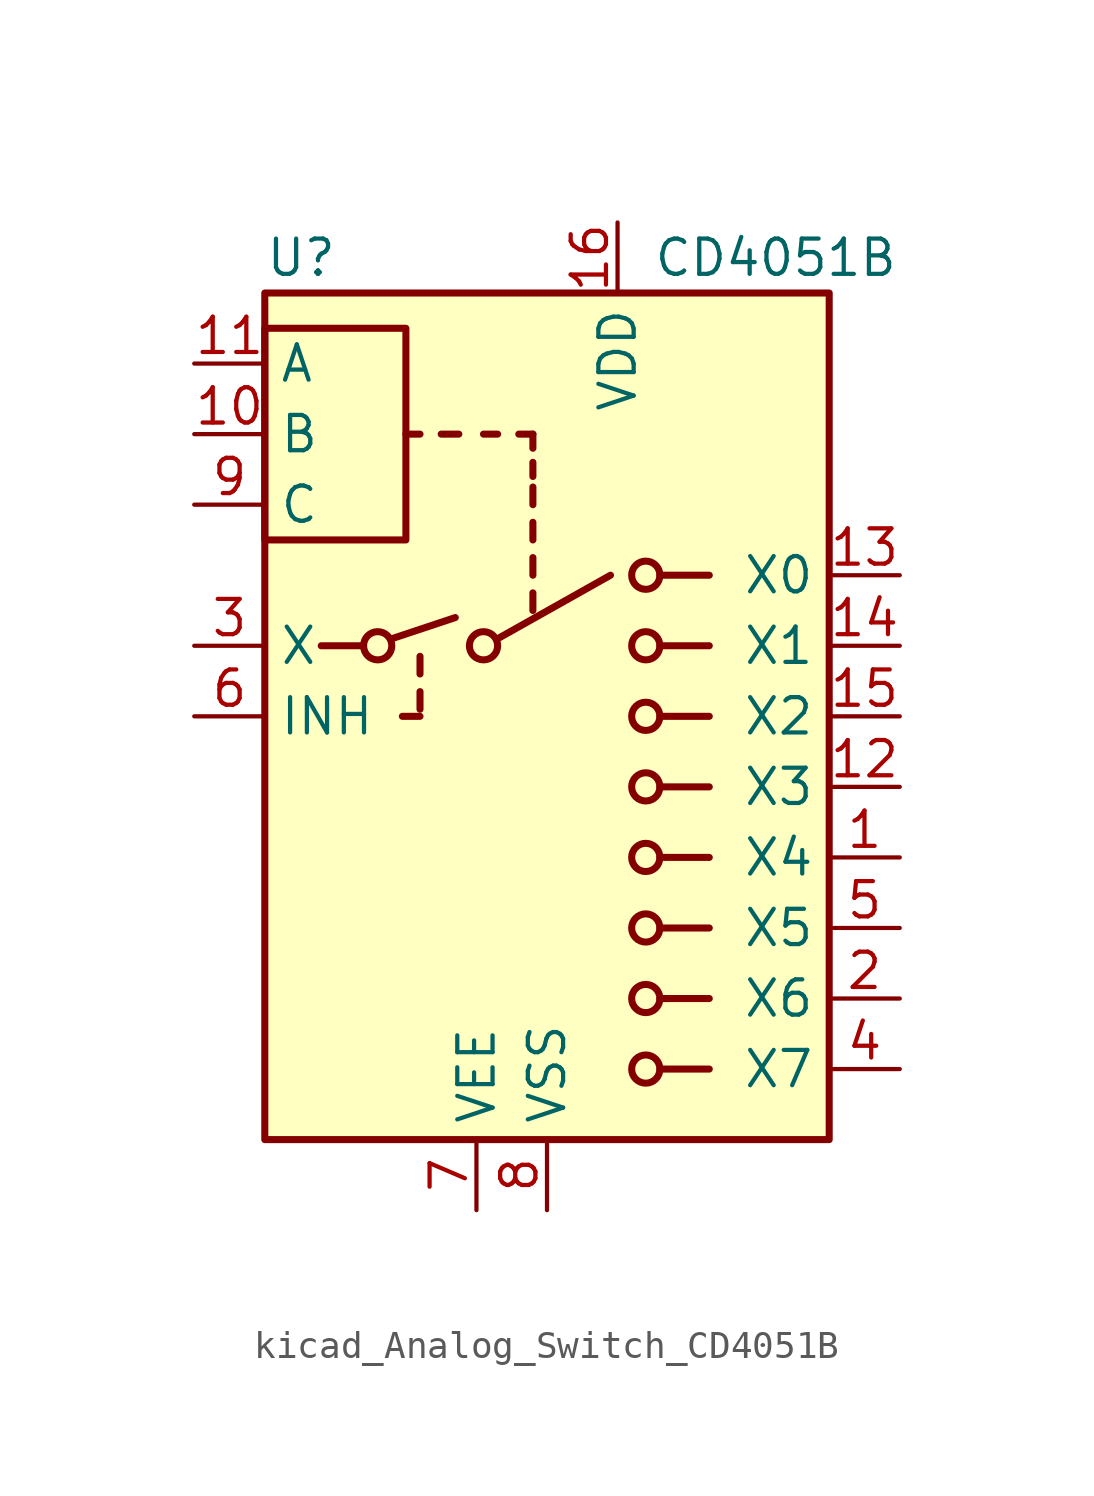
<source format=kicad_sym>
(kicad_symbol_lib
  (version 20220914)
  (generator kicad_symbol_editor)
  (symbol "kicad_Analog_Switch_CD4051B"
    (property "Reference" "U"
      (at -10.16 16.51 0)
      (effects (font (size 1.27 1.27)) (justify left)))
    (property "Value" "CD4051B"
      (at 3.81 16.51 0)
      (effects (font (size 1.27 1.27)) (justify left)))
    (symbol "kicad_Analog_Switch_CD4051B_0_1"
      (rectangle (start -10.16 6.35) (end -5.08 13.97) (stroke (width 0.254) (type default)) (fill (type none)))
      (rectangle (start -10.16 15.24) (end 10.16 -15.24) (stroke (width 0.254) (type default)) (fill (type background)))
      (circle (center -6.096 2.54) (radius 0.508) (stroke (width 0.254) (type default)) (fill (type none)))
      (circle (center -2.286 2.54) (radius 0.508) (stroke (width 0.254) (type default)) (fill (type none)))
      (polyline (pts (xy -8.128 2.54) (xy -6.604 2.54)) (stroke (width 0.254) (type default)) (fill (type none)))
      (polyline (pts (xy -5.588 2.794) (xy -3.302 3.556)) (stroke (width 0.254) (type default)) (fill (type none)))
      (polyline (pts (xy -4.572 0) (xy -5.207 0)) (stroke (width 0.254) (type default)) (fill (type none)))
      (polyline (pts (xy -4.572 0.254) (xy -4.572 0.889)) (stroke (width 0.254) (type default)) (fill (type none)))
      (polyline (pts (xy -4.572 1.524) (xy -4.572 2.159)) (stroke (width 0.254) (type default)) (fill (type none)))
      (polyline (pts (xy -4.572 10.16) (xy -5.08 10.16)) (stroke (width 0.254) (type default)) (fill (type none)))
      (polyline (pts (xy -3.81 10.16) (xy -3.175 10.16)) (stroke (width 0.254) (type default)) (fill (type none)))
      (polyline (pts (xy -1.778 2.794) (xy 2.286 5.08)) (stroke (width 0.254) (type default)) (fill (type none)))
      (polyline (pts (xy -1.778 10.16) (xy -2.286 10.16)) (stroke (width 0.254) (type default)) (fill (type none)))
      (polyline (pts (xy -0.508 3.81) (xy -0.508 4.445)) (stroke (width 0.254) (type default)) (fill (type none)))
      (polyline (pts (xy -0.508 5.08) (xy -0.508 5.715)) (stroke (width 0.254) (type default)) (fill (type none)))
      (polyline (pts (xy -0.508 6.35) (xy -0.508 6.985)) (stroke (width 0.254) (type default)) (fill (type none)))
      (polyline (pts (xy -0.508 7.62) (xy -0.508 8.255)) (stroke (width 0.254) (type default)) (fill (type none)))
      (polyline (pts (xy -0.508 8.636) (xy -0.508 9.144)) (stroke (width 0.254) (type default)) (fill (type none)))
      (polyline (pts (xy -0.508 9.652) (xy -0.508 10.16)) (stroke (width 0.254) (type default)) (fill (type none)))
      (polyline (pts (xy -0.508 10.16) (xy -1.016 10.16)) (stroke (width 0.254) (type default)) (fill (type none)))
      (polyline (pts (xy 4.064 -12.7) (xy 5.842 -12.7)) (stroke (width 0.254) (type default)) (fill (type none)))
      (polyline (pts (xy 4.064 -10.16) (xy 5.842 -10.16)) (stroke (width 0.254) (type default)) (fill (type none)))
      (polyline (pts (xy 4.064 -7.62) (xy 5.842 -7.62)) (stroke (width 0.254) (type default)) (fill (type none)))
      (polyline (pts (xy 4.064 -5.08) (xy 5.842 -5.08)) (stroke (width 0.254) (type default)) (fill (type none)))
      (polyline (pts (xy 4.064 -2.54) (xy 5.842 -2.54)) (stroke (width 0.254) (type default)) (fill (type none)))
      (polyline (pts (xy 4.064 0) (xy 5.842 0)) (stroke (width 0.254) (type default)) (fill (type none)))
      (polyline (pts (xy 4.064 2.54) (xy 5.842 2.54)) (stroke (width 0.254) (type default)) (fill (type none)))
      (polyline (pts (xy 4.064 5.08) (xy 5.842 5.08)) (stroke (width 0.254) (type default)) (fill (type none)))
      (circle (center 3.556 -12.7) (radius 0.508) (stroke (width 0.254) (type default)) (fill (type none)))
      (circle (center 3.556 -10.16) (radius 0.508) (stroke (width 0.254) (type default)) (fill (type none)))
      (circle (center 3.556 -7.62) (radius 0.508) (stroke (width 0.254) (type default)) (fill (type none)))
      (circle (center 3.556 -5.08) (radius 0.508) (stroke (width 0.254) (type default)) (fill (type none)))
      (circle (center 3.556 -2.54) (radius 0.508) (stroke (width 0.254) (type default)) (fill (type none)))
      (circle (center 3.556 0) (radius 0.508) (stroke (width 0.254) (type default)) (fill (type none)))
      (circle (center 3.556 2.54) (radius 0.508) (stroke (width 0.254) (type default)) (fill (type none)))
      (circle (center 3.556 5.08) (radius 0.508) (stroke (width 0.254) (type default)) (fill (type none))))
    (symbol "kicad_Analog_Switch_CD4051B_1_1"
      (pin bidirectional line (at 12.7 -5.08 180) (length 2.54) (name "X4" (effects (font (size 1.27 1.27)))) (number "1" (effects (font (size 1.27 1.27)))))
      (pin input line (at -12.7 10.16 0) (length 2.54) (name "B" (effects (font (size 1.27 1.27)))) (number "10" (effects (font (size 1.27 1.27)))))
      (pin input line (at -12.7 12.7 0) (length 2.54) (name "A" (effects (font (size 1.27 1.27)))) (number "11" (effects (font (size 1.27 1.27)))))
      (pin bidirectional line (at 12.7 -2.54 180) (length 2.54) (name "X3" (effects (font (size 1.27 1.27)))) (number "12" (effects (font (size 1.27 1.27)))))
      (pin bidirectional line (at 12.7 5.08 180) (length 2.54) (name "X0" (effects (font (size 1.27 1.27)))) (number "13" (effects (font (size 1.27 1.27)))))
      (pin bidirectional line (at 12.7 2.54 180) (length 2.54) (name "X1" (effects (font (size 1.27 1.27)))) (number "14" (effects (font (size 1.27 1.27)))))
      (pin bidirectional line (at 12.7 0 180) (length 2.54) (name "X2" (effects (font (size 1.27 1.27)))) (number "15" (effects (font (size 1.27 1.27)))))
      (pin power_in line (at 2.54 17.78 270) (length 2.54) (name "VDD" (effects (font (size 1.27 1.27)))) (number "16" (effects (font (size 1.27 1.27)))))
      (pin bidirectional line (at 12.7 -10.16 180) (length 2.54) (name "X6" (effects (font (size 1.27 1.27)))) (number "2" (effects (font (size 1.27 1.27)))))
      (pin bidirectional line (at -12.7 2.54 0) (length 2.54) (name "X" (effects (font (size 1.27 1.27)))) (number "3" (effects (font (size 1.27 1.27)))))
      (pin bidirectional line (at 12.7 -12.7 180) (length 2.54) (name "X7" (effects (font (size 1.27 1.27)))) (number "4" (effects (font (size 1.27 1.27)))))
      (pin bidirectional line (at 12.7 -7.62 180) (length 2.54) (name "X5" (effects (font (size 1.27 1.27)))) (number "5" (effects (font (size 1.27 1.27)))))
      (pin input line (at -12.7 0 0) (length 2.54) (name "INH" (effects (font (size 1.27 1.27)))) (number "6" (effects (font (size 1.27 1.27)))))
      (pin power_in line (at -2.54 -17.78 90) (length 2.54) (name "VEE" (effects (font (size 1.27 1.27)))) (number "7" (effects (font (size 1.27 1.27)))))
      (pin power_in line (at 0 -17.78 90) (length 2.54) (name "VSS" (effects (font (size 1.27 1.27)))) (number "8" (effects (font (size 1.27 1.27)))))
      (pin input line (at -12.7 7.62 0) (length 2.54) (name "C" (effects (font (size 1.27 1.27)))) (number "9" (effects (font (size 1.27 1.27))))))))
</source>
